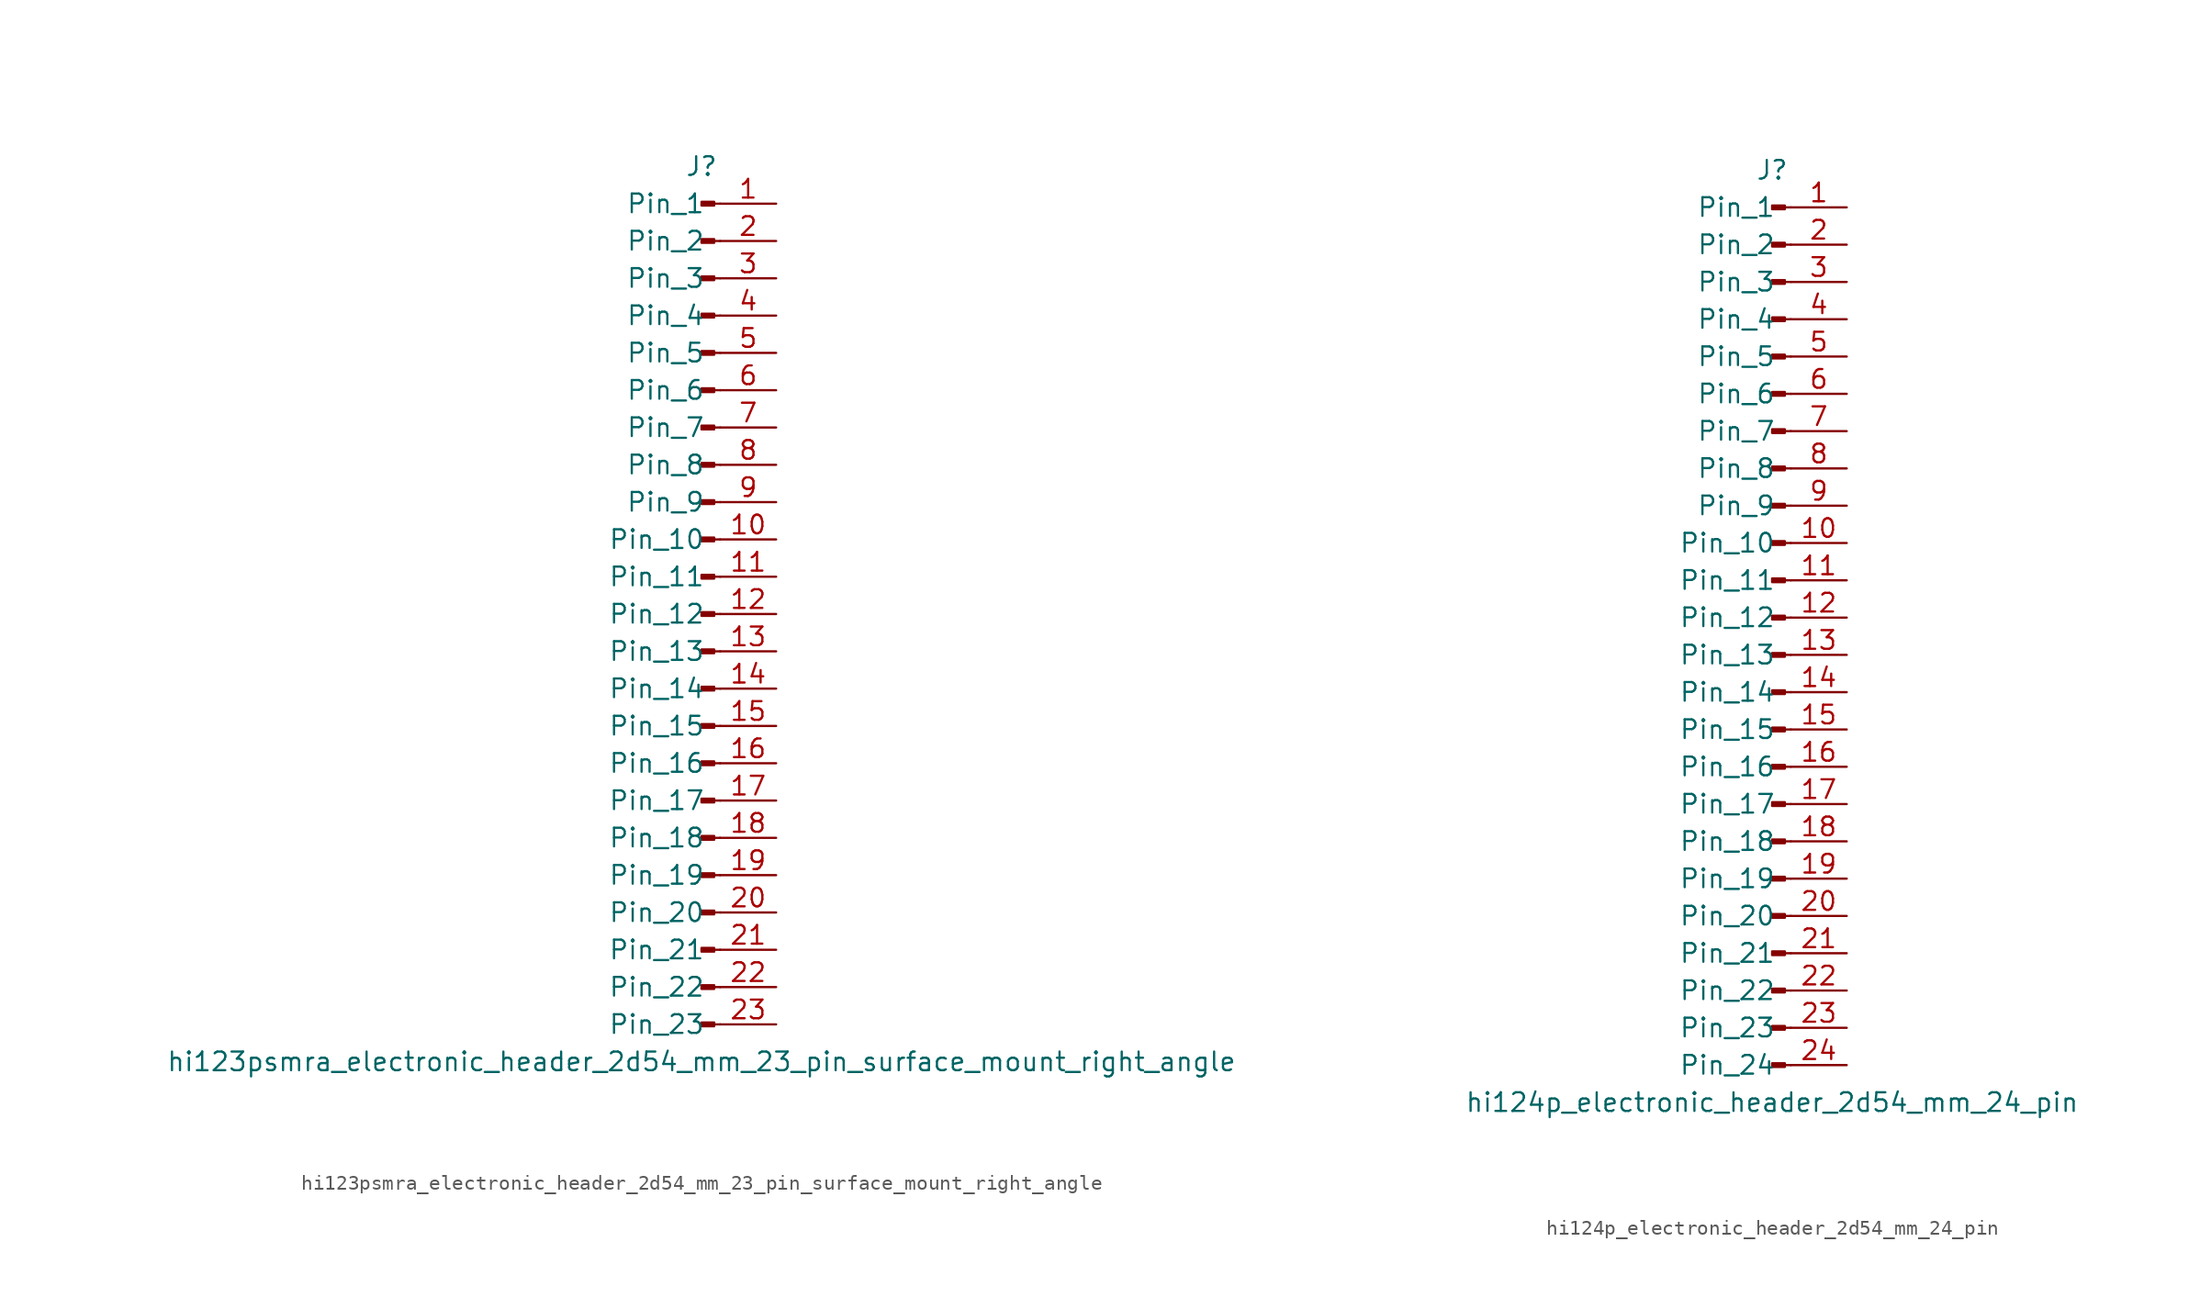
<source format=kicad_sym>
(kicad_symbol_lib
  (version 20220914)
  (generator kicad_symbol_editor)
  (symbol "hi123psmra_electronic_header_2d54_mm_23_pin_surface_mount_right_angle"
    (pin_names
      (offset 1.016))
    (property "Reference" "J"
      (at 0 30.48 0)
      (effects (font (size 1.27 1.27))))
    (property "Value" "hi123psmra_electronic_header_2d54_mm_23_pin_surface_mount_right_angle"
      (at 0 -30.48 0)
      (effects (font (size 1.27 1.27))))
    (property "ki_locked" ""
      (at 0 0 0)
      (effects (font (size 1.27 1.27))))
    (symbol "hi123psmra_electronic_header_2d54_mm_23_pin_surface_mount_right_angle_1_1"
      (polyline (pts (xy 1.27 -27.94) (xy 0.864 -27.94)) (stroke (width 0.152) (type default)) (fill (type none)))
      (polyline (pts (xy 1.27 -25.4) (xy 0.864 -25.4)) (stroke (width 0.152) (type default)) (fill (type none)))
      (polyline (pts (xy 1.27 -22.86) (xy 0.864 -22.86)) (stroke (width 0.152) (type default)) (fill (type none)))
      (polyline (pts (xy 1.27 -20.32) (xy 0.864 -20.32)) (stroke (width 0.152) (type default)) (fill (type none)))
      (polyline (pts (xy 1.27 -17.78) (xy 0.864 -17.78)) (stroke (width 0.152) (type default)) (fill (type none)))
      (polyline (pts (xy 1.27 -15.24) (xy 0.864 -15.24)) (stroke (width 0.152) (type default)) (fill (type none)))
      (polyline (pts (xy 1.27 -12.7) (xy 0.864 -12.7)) (stroke (width 0.152) (type default)) (fill (type none)))
      (polyline (pts (xy 1.27 -10.16) (xy 0.864 -10.16)) (stroke (width 0.152) (type default)) (fill (type none)))
      (polyline (pts (xy 1.27 -7.62) (xy 0.864 -7.62)) (stroke (width 0.152) (type default)) (fill (type none)))
      (polyline (pts (xy 1.27 -5.08) (xy 0.864 -5.08)) (stroke (width 0.152) (type default)) (fill (type none)))
      (polyline (pts (xy 1.27 -2.54) (xy 0.864 -2.54)) (stroke (width 0.152) (type default)) (fill (type none)))
      (polyline (pts (xy 1.27 0) (xy 0.864 0)) (stroke (width 0.152) (type default)) (fill (type none)))
      (polyline (pts (xy 1.27 2.54) (xy 0.864 2.54)) (stroke (width 0.152) (type default)) (fill (type none)))
      (polyline (pts (xy 1.27 5.08) (xy 0.864 5.08)) (stroke (width 0.152) (type default)) (fill (type none)))
      (polyline (pts (xy 1.27 7.62) (xy 0.864 7.62)) (stroke (width 0.152) (type default)) (fill (type none)))
      (polyline (pts (xy 1.27 10.16) (xy 0.864 10.16)) (stroke (width 0.152) (type default)) (fill (type none)))
      (polyline (pts (xy 1.27 12.7) (xy 0.864 12.7)) (stroke (width 0.152) (type default)) (fill (type none)))
      (polyline (pts (xy 1.27 15.24) (xy 0.864 15.24)) (stroke (width 0.152) (type default)) (fill (type none)))
      (polyline (pts (xy 1.27 17.78) (xy 0.864 17.78)) (stroke (width 0.152) (type default)) (fill (type none)))
      (polyline (pts (xy 1.27 20.32) (xy 0.864 20.32)) (stroke (width 0.152) (type default)) (fill (type none)))
      (polyline (pts (xy 1.27 22.86) (xy 0.864 22.86)) (stroke (width 0.152) (type default)) (fill (type none)))
      (polyline (pts (xy 1.27 25.4) (xy 0.864 25.4)) (stroke (width 0.152) (type default)) (fill (type none)))
      (polyline (pts (xy 1.27 27.94) (xy 0.864 27.94)) (stroke (width 0.152) (type default)) (fill (type none)))
      (rectangle (start 0.864 -27.813) (end 0 -28.067) (stroke (width 0.152) (type default)) (fill (type outline)))
      (rectangle (start 0.864 -25.273) (end 0 -25.527) (stroke (width 0.152) (type default)) (fill (type outline)))
      (rectangle (start 0.864 -22.733) (end 0 -22.987) (stroke (width 0.152) (type default)) (fill (type outline)))
      (rectangle (start 0.864 -20.193) (end 0 -20.447) (stroke (width 0.152) (type default)) (fill (type outline)))
      (rectangle (start 0.864 -17.653) (end 0 -17.907) (stroke (width 0.152) (type default)) (fill (type outline)))
      (rectangle (start 0.864 -15.113) (end 0 -15.367) (stroke (width 0.152) (type default)) (fill (type outline)))
      (rectangle (start 0.864 -12.573) (end 0 -12.827) (stroke (width 0.152) (type default)) (fill (type outline)))
      (rectangle (start 0.864 -10.033) (end 0 -10.287) (stroke (width 0.152) (type default)) (fill (type outline)))
      (rectangle (start 0.864 -7.493) (end 0 -7.747) (stroke (width 0.152) (type default)) (fill (type outline)))
      (rectangle (start 0.864 -4.953) (end 0 -5.207) (stroke (width 0.152) (type default)) (fill (type outline)))
      (rectangle (start 0.864 -2.413) (end 0 -2.667) (stroke (width 0.152) (type default)) (fill (type outline)))
      (rectangle (start 0.864 0.127) (end 0 -0.127) (stroke (width 0.152) (type default)) (fill (type outline)))
      (rectangle (start 0.864 2.667) (end 0 2.413) (stroke (width 0.152) (type default)) (fill (type outline)))
      (rectangle (start 0.864 5.207) (end 0 4.953) (stroke (width 0.152) (type default)) (fill (type outline)))
      (rectangle (start 0.864 7.747) (end 0 7.493) (stroke (width 0.152) (type default)) (fill (type outline)))
      (rectangle (start 0.864 10.287) (end 0 10.033) (stroke (width 0.152) (type default)) (fill (type outline)))
      (rectangle (start 0.864 12.827) (end 0 12.573) (stroke (width 0.152) (type default)) (fill (type outline)))
      (rectangle (start 0.864 15.367) (end 0 15.113) (stroke (width 0.152) (type default)) (fill (type outline)))
      (rectangle (start 0.864 17.907) (end 0 17.653) (stroke (width 0.152) (type default)) (fill (type outline)))
      (rectangle (start 0.864 20.447) (end 0 20.193) (stroke (width 0.152) (type default)) (fill (type outline)))
      (rectangle (start 0.864 22.987) (end 0 22.733) (stroke (width 0.152) (type default)) (fill (type outline)))
      (rectangle (start 0.864 25.527) (end 0 25.273) (stroke (width 0.152) (type default)) (fill (type outline)))
      (rectangle (start 0.864 28.067) (end 0 27.813) (stroke (width 0.152) (type default)) (fill (type outline)))
      (pin passive line (at 5.08 27.94 180) (length 3.81) (name "Pin_1" (effects (font (size 1.27 1.27)))) (number "1" (effects (font (size 1.27 1.27)))))
      (pin passive line (at 5.08 5.08 180) (length 3.81) (name "Pin_10" (effects (font (size 1.27 1.27)))) (number "10" (effects (font (size 1.27 1.27)))))
      (pin passive line (at 5.08 2.54 180) (length 3.81) (name "Pin_11" (effects (font (size 1.27 1.27)))) (number "11" (effects (font (size 1.27 1.27)))))
      (pin passive line (at 5.08 0 180) (length 3.81) (name "Pin_12" (effects (font (size 1.27 1.27)))) (number "12" (effects (font (size 1.27 1.27)))))
      (pin passive line (at 5.08 -2.54 180) (length 3.81) (name "Pin_13" (effects (font (size 1.27 1.27)))) (number "13" (effects (font (size 1.27 1.27)))))
      (pin passive line (at 5.08 -5.08 180) (length 3.81) (name "Pin_14" (effects (font (size 1.27 1.27)))) (number "14" (effects (font (size 1.27 1.27)))))
      (pin passive line (at 5.08 -7.62 180) (length 3.81) (name "Pin_15" (effects (font (size 1.27 1.27)))) (number "15" (effects (font (size 1.27 1.27)))))
      (pin passive line (at 5.08 -10.16 180) (length 3.81) (name "Pin_16" (effects (font (size 1.27 1.27)))) (number "16" (effects (font (size 1.27 1.27)))))
      (pin passive line (at 5.08 -12.7 180) (length 3.81) (name "Pin_17" (effects (font (size 1.27 1.27)))) (number "17" (effects (font (size 1.27 1.27)))))
      (pin passive line (at 5.08 -15.24 180) (length 3.81) (name "Pin_18" (effects (font (size 1.27 1.27)))) (number "18" (effects (font (size 1.27 1.27)))))
      (pin passive line (at 5.08 -17.78 180) (length 3.81) (name "Pin_19" (effects (font (size 1.27 1.27)))) (number "19" (effects (font (size 1.27 1.27)))))
      (pin passive line (at 5.08 25.4 180) (length 3.81) (name "Pin_2" (effects (font (size 1.27 1.27)))) (number "2" (effects (font (size 1.27 1.27)))))
      (pin passive line (at 5.08 -20.32 180) (length 3.81) (name "Pin_20" (effects (font (size 1.27 1.27)))) (number "20" (effects (font (size 1.27 1.27)))))
      (pin passive line (at 5.08 -22.86 180) (length 3.81) (name "Pin_21" (effects (font (size 1.27 1.27)))) (number "21" (effects (font (size 1.27 1.27)))))
      (pin passive line (at 5.08 -25.4 180) (length 3.81) (name "Pin_22" (effects (font (size 1.27 1.27)))) (number "22" (effects (font (size 1.27 1.27)))))
      (pin passive line (at 5.08 -27.94 180) (length 3.81) (name "Pin_23" (effects (font (size 1.27 1.27)))) (number "23" (effects (font (size 1.27 1.27)))))
      (pin passive line (at 5.08 22.86 180) (length 3.81) (name "Pin_3" (effects (font (size 1.27 1.27)))) (number "3" (effects (font (size 1.27 1.27)))))
      (pin passive line (at 5.08 20.32 180) (length 3.81) (name "Pin_4" (effects (font (size 1.27 1.27)))) (number "4" (effects (font (size 1.27 1.27)))))
      (pin passive line (at 5.08 17.78 180) (length 3.81) (name "Pin_5" (effects (font (size 1.27 1.27)))) (number "5" (effects (font (size 1.27 1.27)))))
      (pin passive line (at 5.08 15.24 180) (length 3.81) (name "Pin_6" (effects (font (size 1.27 1.27)))) (number "6" (effects (font (size 1.27 1.27)))))
      (pin passive line (at 5.08 12.7 180) (length 3.81) (name "Pin_7" (effects (font (size 1.27 1.27)))) (number "7" (effects (font (size 1.27 1.27)))))
      (pin passive line (at 5.08 10.16 180) (length 3.81) (name "Pin_8" (effects (font (size 1.27 1.27)))) (number "8" (effects (font (size 1.27 1.27)))))
      (pin passive line (at 5.08 7.62 180) (length 3.81) (name "Pin_9" (effects (font (size 1.27 1.27)))) (number "9" (effects (font (size 1.27 1.27)))))))
  (symbol "hi124p_electronic_header_2d54_mm_24_pin"
    (pin_names
      (offset 1.016))
    (property "Reference" "J"
      (at 0 30.48 0)
      (effects (font (size 1.27 1.27))))
    (property "Value" "hi124p_electronic_header_2d54_mm_24_pin"
      (at 0 -33.02 0)
      (effects (font (size 1.27 1.27))))
    (property "ki_locked" ""
      (at 0 0 0)
      (effects (font (size 1.27 1.27))))
    (symbol "hi124p_electronic_header_2d54_mm_24_pin_1_1"
      (polyline (pts (xy 1.27 -30.48) (xy 0.864 -30.48)) (stroke (width 0.152) (type default)) (fill (type none)))
      (polyline (pts (xy 1.27 -27.94) (xy 0.864 -27.94)) (stroke (width 0.152) (type default)) (fill (type none)))
      (polyline (pts (xy 1.27 -25.4) (xy 0.864 -25.4)) (stroke (width 0.152) (type default)) (fill (type none)))
      (polyline (pts (xy 1.27 -22.86) (xy 0.864 -22.86)) (stroke (width 0.152) (type default)) (fill (type none)))
      (polyline (pts (xy 1.27 -20.32) (xy 0.864 -20.32)) (stroke (width 0.152) (type default)) (fill (type none)))
      (polyline (pts (xy 1.27 -17.78) (xy 0.864 -17.78)) (stroke (width 0.152) (type default)) (fill (type none)))
      (polyline (pts (xy 1.27 -15.24) (xy 0.864 -15.24)) (stroke (width 0.152) (type default)) (fill (type none)))
      (polyline (pts (xy 1.27 -12.7) (xy 0.864 -12.7)) (stroke (width 0.152) (type default)) (fill (type none)))
      (polyline (pts (xy 1.27 -10.16) (xy 0.864 -10.16)) (stroke (width 0.152) (type default)) (fill (type none)))
      (polyline (pts (xy 1.27 -7.62) (xy 0.864 -7.62)) (stroke (width 0.152) (type default)) (fill (type none)))
      (polyline (pts (xy 1.27 -5.08) (xy 0.864 -5.08)) (stroke (width 0.152) (type default)) (fill (type none)))
      (polyline (pts (xy 1.27 -2.54) (xy 0.864 -2.54)) (stroke (width 0.152) (type default)) (fill (type none)))
      (polyline (pts (xy 1.27 0) (xy 0.864 0)) (stroke (width 0.152) (type default)) (fill (type none)))
      (polyline (pts (xy 1.27 2.54) (xy 0.864 2.54)) (stroke (width 0.152) (type default)) (fill (type none)))
      (polyline (pts (xy 1.27 5.08) (xy 0.864 5.08)) (stroke (width 0.152) (type default)) (fill (type none)))
      (polyline (pts (xy 1.27 7.62) (xy 0.864 7.62)) (stroke (width 0.152) (type default)) (fill (type none)))
      (polyline (pts (xy 1.27 10.16) (xy 0.864 10.16)) (stroke (width 0.152) (type default)) (fill (type none)))
      (polyline (pts (xy 1.27 12.7) (xy 0.864 12.7)) (stroke (width 0.152) (type default)) (fill (type none)))
      (polyline (pts (xy 1.27 15.24) (xy 0.864 15.24)) (stroke (width 0.152) (type default)) (fill (type none)))
      (polyline (pts (xy 1.27 17.78) (xy 0.864 17.78)) (stroke (width 0.152) (type default)) (fill (type none)))
      (polyline (pts (xy 1.27 20.32) (xy 0.864 20.32)) (stroke (width 0.152) (type default)) (fill (type none)))
      (polyline (pts (xy 1.27 22.86) (xy 0.864 22.86)) (stroke (width 0.152) (type default)) (fill (type none)))
      (polyline (pts (xy 1.27 25.4) (xy 0.864 25.4)) (stroke (width 0.152) (type default)) (fill (type none)))
      (polyline (pts (xy 1.27 27.94) (xy 0.864 27.94)) (stroke (width 0.152) (type default)) (fill (type none)))
      (rectangle (start 0.864 -30.353) (end 0 -30.607) (stroke (width 0.152) (type default)) (fill (type outline)))
      (rectangle (start 0.864 -27.813) (end 0 -28.067) (stroke (width 0.152) (type default)) (fill (type outline)))
      (rectangle (start 0.864 -25.273) (end 0 -25.527) (stroke (width 0.152) (type default)) (fill (type outline)))
      (rectangle (start 0.864 -22.733) (end 0 -22.987) (stroke (width 0.152) (type default)) (fill (type outline)))
      (rectangle (start 0.864 -20.193) (end 0 -20.447) (stroke (width 0.152) (type default)) (fill (type outline)))
      (rectangle (start 0.864 -17.653) (end 0 -17.907) (stroke (width 0.152) (type default)) (fill (type outline)))
      (rectangle (start 0.864 -15.113) (end 0 -15.367) (stroke (width 0.152) (type default)) (fill (type outline)))
      (rectangle (start 0.864 -12.573) (end 0 -12.827) (stroke (width 0.152) (type default)) (fill (type outline)))
      (rectangle (start 0.864 -10.033) (end 0 -10.287) (stroke (width 0.152) (type default)) (fill (type outline)))
      (rectangle (start 0.864 -7.493) (end 0 -7.747) (stroke (width 0.152) (type default)) (fill (type outline)))
      (rectangle (start 0.864 -4.953) (end 0 -5.207) (stroke (width 0.152) (type default)) (fill (type outline)))
      (rectangle (start 0.864 -2.413) (end 0 -2.667) (stroke (width 0.152) (type default)) (fill (type outline)))
      (rectangle (start 0.864 0.127) (end 0 -0.127) (stroke (width 0.152) (type default)) (fill (type outline)))
      (rectangle (start 0.864 2.667) (end 0 2.413) (stroke (width 0.152) (type default)) (fill (type outline)))
      (rectangle (start 0.864 5.207) (end 0 4.953) (stroke (width 0.152) (type default)) (fill (type outline)))
      (rectangle (start 0.864 7.747) (end 0 7.493) (stroke (width 0.152) (type default)) (fill (type outline)))
      (rectangle (start 0.864 10.287) (end 0 10.033) (stroke (width 0.152) (type default)) (fill (type outline)))
      (rectangle (start 0.864 12.827) (end 0 12.573) (stroke (width 0.152) (type default)) (fill (type outline)))
      (rectangle (start 0.864 15.367) (end 0 15.113) (stroke (width 0.152) (type default)) (fill (type outline)))
      (rectangle (start 0.864 17.907) (end 0 17.653) (stroke (width 0.152) (type default)) (fill (type outline)))
      (rectangle (start 0.864 20.447) (end 0 20.193) (stroke (width 0.152) (type default)) (fill (type outline)))
      (rectangle (start 0.864 22.987) (end 0 22.733) (stroke (width 0.152) (type default)) (fill (type outline)))
      (rectangle (start 0.864 25.527) (end 0 25.273) (stroke (width 0.152) (type default)) (fill (type outline)))
      (rectangle (start 0.864 28.067) (end 0 27.813) (stroke (width 0.152) (type default)) (fill (type outline)))
      (pin passive line (at 5.08 27.94 180) (length 3.81) (name "Pin_1" (effects (font (size 1.27 1.27)))) (number "1" (effects (font (size 1.27 1.27)))))
      (pin passive line (at 5.08 5.08 180) (length 3.81) (name "Pin_10" (effects (font (size 1.27 1.27)))) (number "10" (effects (font (size 1.27 1.27)))))
      (pin passive line (at 5.08 2.54 180) (length 3.81) (name "Pin_11" (effects (font (size 1.27 1.27)))) (number "11" (effects (font (size 1.27 1.27)))))
      (pin passive line (at 5.08 0 180) (length 3.81) (name "Pin_12" (effects (font (size 1.27 1.27)))) (number "12" (effects (font (size 1.27 1.27)))))
      (pin passive line (at 5.08 -2.54 180) (length 3.81) (name "Pin_13" (effects (font (size 1.27 1.27)))) (number "13" (effects (font (size 1.27 1.27)))))
      (pin passive line (at 5.08 -5.08 180) (length 3.81) (name "Pin_14" (effects (font (size 1.27 1.27)))) (number "14" (effects (font (size 1.27 1.27)))))
      (pin passive line (at 5.08 -7.62 180) (length 3.81) (name "Pin_15" (effects (font (size 1.27 1.27)))) (number "15" (effects (font (size 1.27 1.27)))))
      (pin passive line (at 5.08 -10.16 180) (length 3.81) (name "Pin_16" (effects (font (size 1.27 1.27)))) (number "16" (effects (font (size 1.27 1.27)))))
      (pin passive line (at 5.08 -12.7 180) (length 3.81) (name "Pin_17" (effects (font (size 1.27 1.27)))) (number "17" (effects (font (size 1.27 1.27)))))
      (pin passive line (at 5.08 -15.24 180) (length 3.81) (name "Pin_18" (effects (font (size 1.27 1.27)))) (number "18" (effects (font (size 1.27 1.27)))))
      (pin passive line (at 5.08 -17.78 180) (length 3.81) (name "Pin_19" (effects (font (size 1.27 1.27)))) (number "19" (effects (font (size 1.27 1.27)))))
      (pin passive line (at 5.08 25.4 180) (length 3.81) (name "Pin_2" (effects (font (size 1.27 1.27)))) (number "2" (effects (font (size 1.27 1.27)))))
      (pin passive line (at 5.08 -20.32 180) (length 3.81) (name "Pin_20" (effects (font (size 1.27 1.27)))) (number "20" (effects (font (size 1.27 1.27)))))
      (pin passive line (at 5.08 -22.86 180) (length 3.81) (name "Pin_21" (effects (font (size 1.27 1.27)))) (number "21" (effects (font (size 1.27 1.27)))))
      (pin passive line (at 5.08 -25.4 180) (length 3.81) (name "Pin_22" (effects (font (size 1.27 1.27)))) (number "22" (effects (font (size 1.27 1.27)))))
      (pin passive line (at 5.08 -27.94 180) (length 3.81) (name "Pin_23" (effects (font (size 1.27 1.27)))) (number "23" (effects (font (size 1.27 1.27)))))
      (pin passive line (at 5.08 -30.48 180) (length 3.81) (name "Pin_24" (effects (font (size 1.27 1.27)))) (number "24" (effects (font (size 1.27 1.27)))))
      (pin passive line (at 5.08 22.86 180) (length 3.81) (name "Pin_3" (effects (font (size 1.27 1.27)))) (number "3" (effects (font (size 1.27 1.27)))))
      (pin passive line (at 5.08 20.32 180) (length 3.81) (name "Pin_4" (effects (font (size 1.27 1.27)))) (number "4" (effects (font (size 1.27 1.27)))))
      (pin passive line (at 5.08 17.78 180) (length 3.81) (name "Pin_5" (effects (font (size 1.27 1.27)))) (number "5" (effects (font (size 1.27 1.27)))))
      (pin passive line (at 5.08 15.24 180) (length 3.81) (name "Pin_6" (effects (font (size 1.27 1.27)))) (number "6" (effects (font (size 1.27 1.27)))))
      (pin passive line (at 5.08 12.7 180) (length 3.81) (name "Pin_7" (effects (font (size 1.27 1.27)))) (number "7" (effects (font (size 1.27 1.27)))))
      (pin passive line (at 5.08 10.16 180) (length 3.81) (name "Pin_8" (effects (font (size 1.27 1.27)))) (number "8" (effects (font (size 1.27 1.27)))))
      (pin passive line (at 5.08 7.62 180) (length 3.81) (name "Pin_9" (effects (font (size 1.27 1.27)))) (number "9" (effects (font (size 1.27 1.27))))))))
</source>
